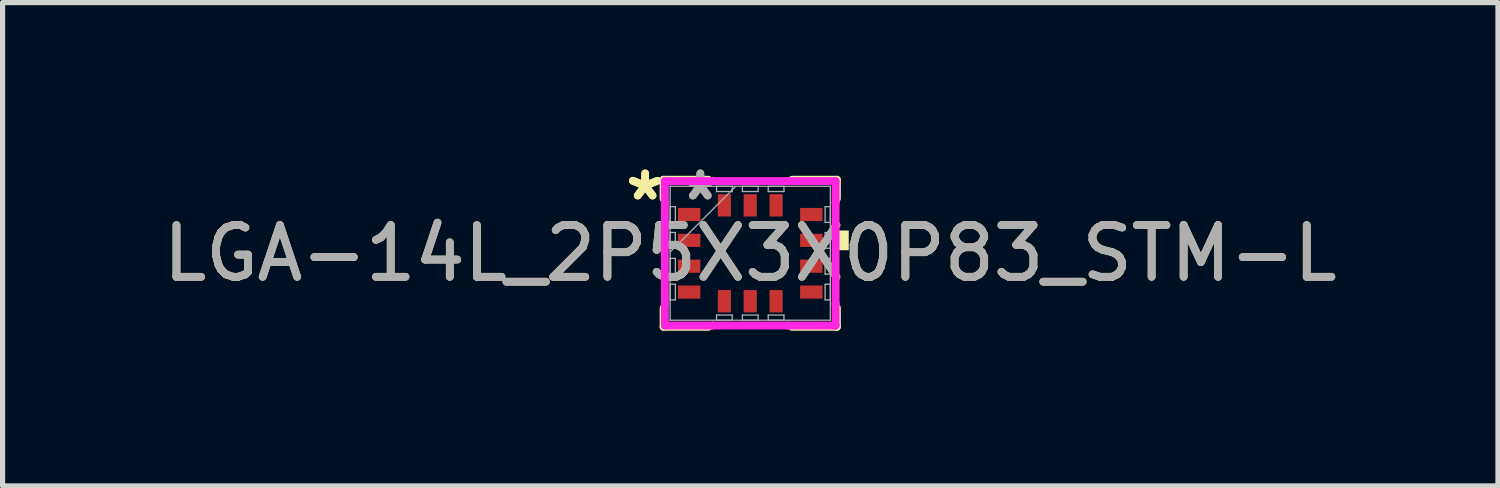
<source format=kicad_pcb>
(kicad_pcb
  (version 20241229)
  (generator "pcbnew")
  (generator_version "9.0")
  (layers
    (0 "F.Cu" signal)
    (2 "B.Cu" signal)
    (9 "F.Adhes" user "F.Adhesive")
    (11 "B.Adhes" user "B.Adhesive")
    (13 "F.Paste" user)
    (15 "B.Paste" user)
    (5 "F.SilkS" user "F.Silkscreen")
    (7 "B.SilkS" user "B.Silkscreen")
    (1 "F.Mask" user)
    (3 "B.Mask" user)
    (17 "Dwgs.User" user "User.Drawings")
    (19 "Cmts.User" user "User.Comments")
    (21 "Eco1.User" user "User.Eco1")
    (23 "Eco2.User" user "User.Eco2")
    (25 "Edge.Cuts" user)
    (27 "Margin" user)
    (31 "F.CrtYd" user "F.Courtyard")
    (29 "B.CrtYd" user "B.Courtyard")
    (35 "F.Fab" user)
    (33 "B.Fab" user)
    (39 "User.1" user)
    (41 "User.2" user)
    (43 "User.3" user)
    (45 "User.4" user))
  (footprint "LGA-14L_2P5X3X0P83_STM-L"
    (layer "F.Cu")
    (at 11.458 1.848)
    (property "Reference" "LGA-14L_2P5X3X0P83_STM-L" (at 0 0 0) (unlocked yes) (layer "F.SilkS") (effects (font (size 1 1) (thickness 0.15))))
    (attr smd)
    (fp_line (start -1.676 -1.422) (end -1.676 -1.058) (stroke (width 0.152) (type solid)) (layer "F.SilkS"))
    (fp_line (start -1.676 1.058) (end -1.676 1.422) (stroke (width 0.152) (type solid)) (layer "F.SilkS"))
    (fp_line (start -1.676 1.422) (end -0.808 1.422) (stroke (width 0.152) (type solid)) (layer "F.SilkS"))
    (fp_line (start -0.808 -1.422) (end -1.676 -1.422) (stroke (width 0.152) (type solid)) (layer "F.SilkS"))
    (fp_line (start 0.808 1.422) (end 1.676 1.422) (stroke (width 0.152) (type solid)) (layer "F.SilkS"))
    (fp_line (start 1.676 -1.422) (end 0.808 -1.422) (stroke (width 0.152) (type solid)) (layer "F.SilkS"))
    (fp_line (start 1.676 -1.058) (end 1.676 -1.422) (stroke (width 0.152) (type solid)) (layer "F.SilkS"))
    (fp_line (start 1.676 1.422) (end 1.676 1.058) (stroke (width 0.152) (type solid)) (layer "F.SilkS"))
    (fp_poly (pts (xy 1.905 -0.441) (xy 1.905 -0.059) (xy 1.651 -0.059) (xy 1.651 -0.441)) (stroke (width 0) (type solid)) (fill yes) (layer "F.SilkS"))
    (fp_line (start -1.651 -1.397) (end -0.729 -1.397) (stroke (width 0.152) (type solid)) (layer "F.CrtYd"))
    (fp_line (start -1.651 -0.979) (end -1.651 -1.397) (stroke (width 0.152) (type solid)) (layer "F.CrtYd"))
    (fp_line (start -1.651 -0.979) (end -1.651 -0.979) (stroke (width 0.152) (type solid)) (layer "F.CrtYd"))
    (fp_line (start -1.651 0.979) (end -1.651 -0.979) (stroke (width 0.152) (type solid)) (layer "F.CrtYd"))
    (fp_line (start -1.651 0.979) (end -1.651 0.979) (stroke (width 0.152) (type solid)) (layer "F.CrtYd"))
    (fp_line (start -1.651 1.397) (end -1.651 0.979) (stroke (width 0.152) (type solid)) (layer "F.CrtYd"))
    (fp_line (start -0.729 -1.397) (end -0.729 -1.397) (stroke (width 0.152) (type solid)) (layer "F.CrtYd"))
    (fp_line (start -0.729 -1.397) (end 0.729 -1.397) (stroke (width 0.152) (type solid)) (layer "F.CrtYd"))
    (fp_line (start -0.729 1.397) (end -1.651 1.397) (stroke (width 0.152) (type solid)) (layer "F.CrtYd"))
    (fp_line (start -0.729 1.397) (end -0.729 1.397) (stroke (width 0.152) (type solid)) (layer "F.CrtYd"))
    (fp_line (start 0.729 -1.397) (end 0.729 -1.397) (stroke (width 0.152) (type solid)) (layer "F.CrtYd"))
    (fp_line (start 0.729 -1.397) (end 1.651 -1.397) (stroke (width 0.152) (type solid)) (layer "F.CrtYd"))
    (fp_line (start 0.729 1.397) (end -0.729 1.397) (stroke (width 0.152) (type solid)) (layer "F.CrtYd"))
    (fp_line (start 0.729 1.397) (end 0.729 1.397) (stroke (width 0.152) (type solid)) (layer "F.CrtYd"))
    (fp_line (start 1.651 -1.397) (end 1.651 -0.979) (stroke (width 0.152) (type solid)) (layer "F.CrtYd"))
    (fp_line (start 1.651 -0.979) (end 1.651 -0.979) (stroke (width 0.152) (type solid)) (layer "F.CrtYd"))
    (fp_line (start 1.651 -0.979) (end 1.651 0.979) (stroke (width 0.152) (type solid)) (layer "F.CrtYd"))
    (fp_line (start 1.651 0.979) (end 1.651 0.979) (stroke (width 0.152) (type solid)) (layer "F.CrtYd"))
    (fp_line (start 1.651 0.979) (end 1.651 1.397) (stroke (width 0.152) (type solid)) (layer "F.CrtYd"))
    (fp_line (start 1.651 1.397) (end 0.729 1.397) (stroke (width 0.152) (type solid)) (layer "F.CrtYd"))
    (fp_line (start -1.549 -1.295) (end -1.549 -1.295) (stroke (width 0.025) (type solid)) (layer "F.Fab"))
    (fp_line (start -1.549 -1.295) (end -1.549 1.295) (stroke (width 0.025) (type solid)) (layer "F.Fab"))
    (fp_line (start -1.549 -0.902) (end -1.448 -0.902) (stroke (width 0.025) (type solid)) (layer "F.Fab"))
    (fp_line (start -1.549 -0.598) (end -1.549 -0.902) (stroke (width 0.025) (type solid)) (layer "F.Fab"))
    (fp_line (start -1.549 -0.402) (end -1.448 -0.402) (stroke (width 0.025) (type solid)) (layer "F.Fab"))
    (fp_line (start -1.549 -0.098) (end -1.549 -0.402) (stroke (width 0.025) (type solid)) (layer "F.Fab"))
    (fp_line (start -1.549 -0.025) (end -0.279 -1.295) (stroke (width 0.025) (type solid)) (layer "F.Fab"))
    (fp_line (start -1.549 0.098) (end -1.448 0.098) (stroke (width 0.025) (type solid)) (layer "F.Fab"))
    (fp_line (start -1.549 0.402) (end -1.549 0.098) (stroke (width 0.025) (type solid)) (layer "F.Fab"))
    (fp_line (start -1.549 0.598) (end -1.448 0.598) (stroke (width 0.025) (type solid)) (layer "F.Fab"))
    (fp_line (start -1.549 0.902) (end -1.549 0.598) (stroke (width 0.025) (type solid)) (layer "F.Fab"))
    (fp_line (start -1.549 1.295) (end -1.549 1.295) (stroke (width 0.025) (type solid)) (layer "F.Fab"))
    (fp_line (start -1.549 1.295) (end 1.549 1.295) (stroke (width 0.025) (type solid)) (layer "F.Fab"))
    (fp_line (start -1.448 -0.902) (end -1.448 -0.598) (stroke (width 0.025) (type solid)) (layer "F.Fab"))
    (fp_line (start -1.448 -0.598) (end -1.549 -0.598) (stroke (width 0.025) (type solid)) (layer "F.Fab"))
    (fp_line (start -1.448 -0.402) (end -1.448 -0.098) (stroke (width 0.025) (type solid)) (layer "F.Fab"))
    (fp_line (start -1.448 -0.098) (end -1.549 -0.098) (stroke (width 0.025) (type solid)) (layer "F.Fab"))
    (fp_line (start -1.448 0.098) (end -1.448 0.402) (stroke (width 0.025) (type solid)) (layer "F.Fab"))
    (fp_line (start -1.448 0.402) (end -1.549 0.402) (stroke (width 0.025) (type solid)) (layer "F.Fab"))
    (fp_line (start -1.448 0.598) (end -1.448 0.902) (stroke (width 0.025) (type solid)) (layer "F.Fab"))
    (fp_line (start -1.448 0.902) (end -1.549 0.902) (stroke (width 0.025) (type solid)) (layer "F.Fab"))
    (fp_line (start -0.652 -1.295) (end -0.348 -1.295) (stroke (width 0.025) (type solid)) (layer "F.Fab"))
    (fp_line (start -0.652 -1.194) (end -0.652 -1.295) (stroke (width 0.025) (type solid)) (layer "F.Fab"))
    (fp_line (start -0.652 1.194) (end -0.348 1.194) (stroke (width 0.025) (type solid)) (layer "F.Fab"))
    (fp_line (start -0.652 1.295) (end -0.652 1.194) (stroke (width 0.025) (type solid)) (layer "F.Fab"))
    (fp_line (start -0.348 -1.295) (end -0.348 -1.194) (stroke (width 0.025) (type solid)) (layer "F.Fab"))
    (fp_line (start -0.348 -1.194) (end -0.652 -1.194) (stroke (width 0.025) (type solid)) (layer "F.Fab"))
    (fp_line (start -0.348 1.194) (end -0.348 1.295) (stroke (width 0.025) (type solid)) (layer "F.Fab"))
    (fp_line (start -0.348 1.295) (end -0.652 1.295) (stroke (width 0.025) (type solid)) (layer "F.Fab"))
    (fp_line (start -0.152 -1.295) (end 0.152 -1.295) (stroke (width 0.025) (type solid)) (layer "F.Fab"))
    (fp_line (start -0.152 -1.194) (end -0.152 -1.295) (stroke (width 0.025) (type solid)) (layer "F.Fab"))
    (fp_line (start -0.152 1.194) (end 0.152 1.194) (stroke (width 0.025) (type solid)) (layer "F.Fab"))
    (fp_line (start -0.152 1.295) (end -0.152 1.194) (stroke (width 0.025) (type solid)) (layer "F.Fab"))
    (fp_line (start 0.152 -1.295) (end 0.152 -1.194) (stroke (width 0.025) (type solid)) (layer "F.Fab"))
    (fp_line (start 0.152 -1.194) (end -0.152 -1.194) (stroke (width 0.025) (type solid)) (layer "F.Fab"))
    (fp_line (start 0.152 1.194) (end 0.152 1.295) (stroke (width 0.025) (type solid)) (layer "F.Fab"))
    (fp_line (start 0.152 1.295) (end -0.152 1.295) (stroke (width 0.025) (type solid)) (layer "F.Fab"))
    (fp_line (start 0.348 -1.295) (end 0.652 -1.295) (stroke (width 0.025) (type solid)) (layer "F.Fab"))
    (fp_line (start 0.348 -1.194) (end 0.348 -1.295) (stroke (width 0.025) (type solid)) (layer "F.Fab"))
    (fp_line (start 0.348 1.194) (end 0.652 1.194) (stroke (width 0.025) (type solid)) (layer "F.Fab"))
    (fp_line (start 0.348 1.295) (end 0.348 1.194) (stroke (width 0.025) (type solid)) (layer "F.Fab"))
    (fp_line (start 0.652 -1.295) (end 0.652 -1.194) (stroke (width 0.025) (type solid)) (layer "F.Fab"))
    (fp_line (start 0.652 -1.194) (end 0.348 -1.194) (stroke (width 0.025) (type solid)) (layer "F.Fab"))
    (fp_line (start 0.652 1.194) (end 0.652 1.295) (stroke (width 0.025) (type solid)) (layer "F.Fab"))
    (fp_line (start 0.652 1.295) (end 0.348 1.295) (stroke (width 0.025) (type solid)) (layer "F.Fab"))
    (fp_line (start 1.448 -0.902) (end 1.549 -0.902) (stroke (width 0.025) (type solid)) (layer "F.Fab"))
    (fp_line (start 1.448 -0.598) (end 1.448 -0.902) (stroke (width 0.025) (type solid)) (layer "F.Fab"))
    (fp_line (start 1.448 -0.402) (end 1.549 -0.402) (stroke (width 0.025) (type solid)) (layer "F.Fab"))
    (fp_line (start 1.448 -0.098) (end 1.448 -0.402) (stroke (width 0.025) (type solid)) (layer "F.Fab"))
    (fp_line (start 1.448 0.098) (end 1.549 0.098) (stroke (width 0.025) (type solid)) (layer "F.Fab"))
    (fp_line (start 1.448 0.402) (end 1.448 0.098) (stroke (width 0.025) (type solid)) (layer "F.Fab"))
    (fp_line (start 1.448 0.598) (end 1.549 0.598) (stroke (width 0.025) (type solid)) (layer "F.Fab"))
    (fp_line (start 1.448 0.902) (end 1.448 0.598) (stroke (width 0.025) (type solid)) (layer "F.Fab"))
    (fp_line (start 1.549 -1.295) (end -1.549 -1.295) (stroke (width 0.025) (type solid)) (layer "F.Fab"))
    (fp_line (start 1.549 -1.295) (end 1.549 -1.295) (stroke (width 0.025) (type solid)) (layer "F.Fab"))
    (fp_line (start 1.549 -0.902) (end 1.549 -0.598) (stroke (width 0.025) (type solid)) (layer "F.Fab"))
    (fp_line (start 1.549 -0.598) (end 1.448 -0.598) (stroke (width 0.025) (type solid)) (layer "F.Fab"))
    (fp_line (start 1.549 -0.402) (end 1.549 -0.098) (stroke (width 0.025) (type solid)) (layer "F.Fab"))
    (fp_line (start 1.549 -0.098) (end 1.448 -0.098) (stroke (width 0.025) (type solid)) (layer "F.Fab"))
    (fp_line (start 1.549 0.098) (end 1.549 0.402) (stroke (width 0.025) (type solid)) (layer "F.Fab"))
    (fp_line (start 1.549 0.402) (end 1.448 0.402) (stroke (width 0.025) (type solid)) (layer "F.Fab"))
    (fp_line (start 1.549 0.598) (end 1.549 0.902) (stroke (width 0.025) (type solid)) (layer "F.Fab"))
    (fp_line (start 1.549 0.902) (end 1.448 0.902) (stroke (width 0.025) (type solid)) (layer "F.Fab"))
    (fp_line (start 1.549 1.295) (end 1.549 -1.295) (stroke (width 0.025) (type solid)) (layer "F.Fab"))
    (fp_line (start 1.549 1.295) (end 1.549 1.295) (stroke (width 0.025) (type solid)) (layer "F.Fab"))
    (fp_text user "*" (at -2.032 -1 0) (unlocked yes) (layer "F.SilkS") (effects (font (size 1 1) (thickness 0.15))))
    (fp_text user "*" (at -2.032 -1 0) (layer "F.SilkS") (effects (font (size 1 1) (thickness 0.15))))
    (fp_text user "${REFERENCE}" (at 0 0 0) (unlocked yes) (layer "F.Fab") (effects (font (size 1 1) (thickness 0.15))))
    (fp_text user "*" (at -0.965 -1 0) (unlocked yes) (layer "F.Fab") (effects (font (size 1 1) (thickness 0.15))))
    (fp_text user "*" (at -0.965 -1 0) (layer "F.Fab") (effects (font (size 1 1) (thickness 0.15))))
    (pad "1" smd rect (at -1.181 -0.75 90) (size 0.254 0.432) (layers "F.Cu" "F.Mask" "F.Paste"))
    (pad "2" smd rect (at -1.181 -0.25 90) (size 0.254 0.432) (layers "F.Cu" "F.Mask" "F.Paste"))
    (pad "3" smd rect (at -1.181 0.25 90) (size 0.254 0.432) (layers "F.Cu" "F.Mask" "F.Paste"))
    (pad "4" smd rect (at -1.181 0.75 90) (size 0.254 0.432) (layers "F.Cu" "F.Mask" "F.Paste"))
    (pad "5" smd rect (at -0.5 0.927) (size 0.254 0.432) (layers "F.Cu" "F.Mask" "F.Paste"))
    (pad "6" smd rect (at 0 0.927) (size 0.254 0.432) (layers "F.Cu" "F.Mask" "F.Paste"))
    (pad "7" smd rect (at 0.5 0.927) (size 0.254 0.432) (layers "F.Cu" "F.Mask" "F.Paste"))
    (pad "8" smd rect (at 1.181 0.75 90) (size 0.254 0.432) (layers "F.Cu" "F.Mask" "F.Paste"))
    (pad "9" smd rect (at 1.181 0.25 90) (size 0.254 0.432) (layers "F.Cu" "F.Mask" "F.Paste"))
    (pad "10" smd rect (at 1.181 -0.25 90) (size 0.254 0.432) (layers "F.Cu" "F.Mask" "F.Paste"))
    (pad "11" smd rect (at 1.181 -0.75 90) (size 0.254 0.432) (layers "F.Cu" "F.Mask" "F.Paste"))
    (pad "12" smd rect (at 0.5 -0.927) (size 0.254 0.432) (layers "F.Cu" "F.Mask" "F.Paste"))
    (pad "13" smd rect (at 0 -0.927) (size 0.254 0.432) (layers "F.Cu" "F.Mask" "F.Paste"))
    (pad "14" smd rect (at -0.5 -0.927) (size 0.254 0.432) (layers "F.Cu" "F.Mask" "F.Paste")))
  (gr_rect
    (start -3 -3)
    (end 25.917 6.347)
    (stroke (width 0.1) (type default))
    (fill no)
    (layer "Edge.Cuts")))
</source>
